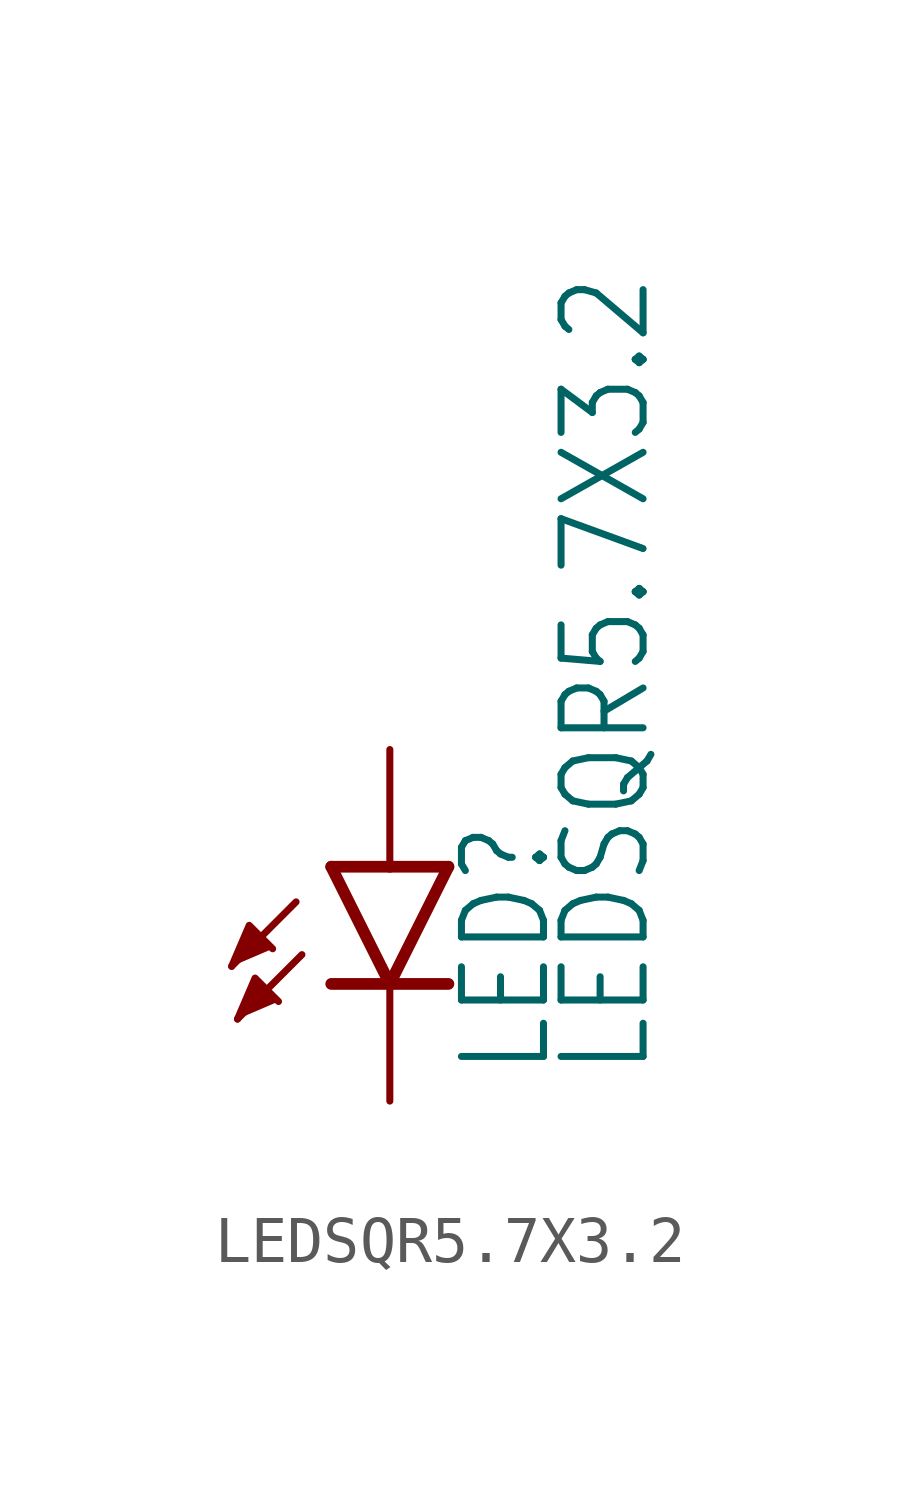
<source format=kicad_sym>
(kicad_symbol_lib
  (version 20211014)
  (generator kicad_symbol_editor)
  (symbol "LEDSQR5.7X3.2"
    (property "Reference" "LED"
      (at 3.556 -4.572 90)
      (effects (font (size 1.778 1.511)) (justify left bottom)))
    (property "Value" "LEDSQR5.7X3.2"
      (at 5.715 -4.572 90)
      (effects (font (size 1.778 1.511)) (justify left bottom)))
    (property "ki_locked" ""
      (at 0 0 0)
      (effects (font (size 1.27 1.27))))
    (symbol "LEDSQR5.7X3.2_1_0"
      (polyline (pts (xy -2.032 -0.762) (xy -3.429 -2.159)) (stroke (width 0.152) (type default) (color 0 0 0 0)) (fill (type none)))
      (polyline (pts (xy -1.905 -1.905) (xy -3.302 -3.302)) (stroke (width 0.152) (type default) (color 0 0 0 0)) (fill (type none)))
      (polyline (pts (xy 0 -2.54) (xy -1.27 -2.54)) (stroke (width 0.254) (type default) (color 0 0 0 0)) (fill (type none)))
      (polyline (pts (xy 0 -2.54) (xy -1.27 0)) (stroke (width 0.254) (type default) (color 0 0 0 0)) (fill (type none)))
      (polyline (pts (xy 0 0) (xy -1.27 0)) (stroke (width 0.254) (type default) (color 0 0 0 0)) (fill (type none)))
      (polyline (pts (xy 1.27 -2.54) (xy 0 -2.54)) (stroke (width 0.254) (type default) (color 0 0 0 0)) (fill (type none)))
      (polyline (pts (xy 1.27 0) (xy 0 -2.54)) (stroke (width 0.254) (type default) (color 0 0 0 0)) (fill (type none)))
      (polyline (pts (xy 1.27 0) (xy 0 0)) (stroke (width 0.254) (type default) (color 0 0 0 0)) (fill (type none)))
      (polyline (pts (xy -3.429 -2.159) (xy -3.048 -1.27) (xy -2.54 -1.778)) (stroke (width 0) (type default) (color 0 0 0 0)) (fill (type outline)))
      (polyline (pts (xy -3.302 -3.302) (xy -2.921 -2.413) (xy -2.413 -2.921)) (stroke (width 0) (type default) (color 0 0 0 0)) (fill (type outline)))
      (pin passive line (at 0 2.54 270) (length 2.54) (name "A" (effects (font (size 0 0)))) (number "A" (effects (font (size 0 0)))))
      (pin passive line (at 0 -5.08 90) (length 2.54) (name "C" (effects (font (size 0 0)))) (number "K" (effects (font (size 0 0))))))))
</source>
